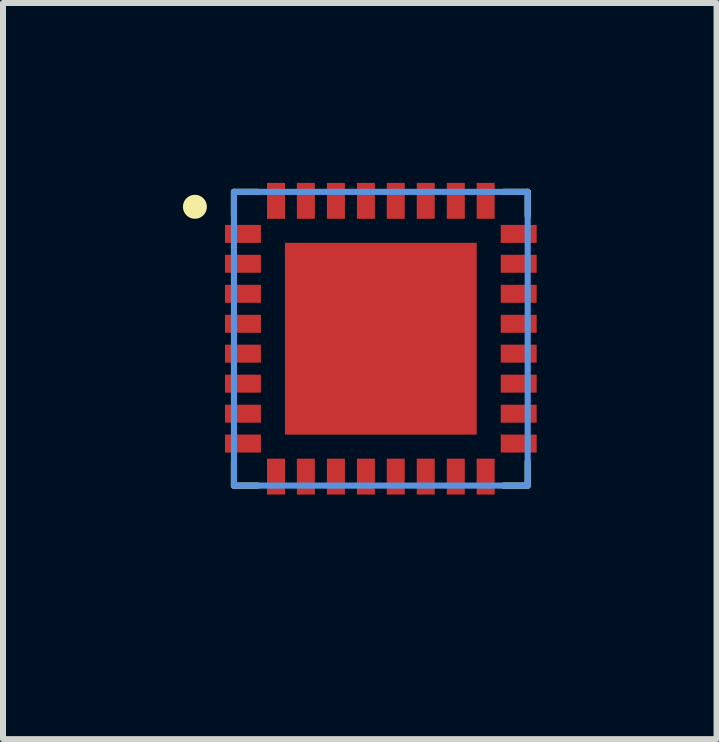
<source format=kicad_pcb>
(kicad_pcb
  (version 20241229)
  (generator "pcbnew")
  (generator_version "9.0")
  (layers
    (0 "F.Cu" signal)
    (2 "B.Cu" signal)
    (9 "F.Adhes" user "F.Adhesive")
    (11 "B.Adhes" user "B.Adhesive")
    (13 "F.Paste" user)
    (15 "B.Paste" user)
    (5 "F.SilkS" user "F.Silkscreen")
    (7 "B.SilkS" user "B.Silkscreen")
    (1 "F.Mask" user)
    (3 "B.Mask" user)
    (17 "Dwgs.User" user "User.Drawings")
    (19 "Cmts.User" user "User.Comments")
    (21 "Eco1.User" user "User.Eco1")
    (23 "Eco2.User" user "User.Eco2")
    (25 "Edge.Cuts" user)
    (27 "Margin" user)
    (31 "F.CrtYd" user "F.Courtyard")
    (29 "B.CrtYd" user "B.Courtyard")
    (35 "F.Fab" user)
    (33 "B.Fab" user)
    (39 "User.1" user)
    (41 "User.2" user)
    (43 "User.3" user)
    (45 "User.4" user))
  (footprint "QFN32"
    (layer "F.Cu")
    (at 3.3 2.598)
    (property "Reference" "QFN32" (at -0.85 3.2 0) (layer "Eco1.User") (effects (font (size 0.508 0.508) (thickness 0.102))))
    (attr through_hole)
    (fp_line (start -2.548 -1.849) (end -2.098 -1.849) (stroke (width 0.102) (type solid)) (layer "F.Mask"))
    (fp_line (start -2.548 -1.648) (end -2.548 -1.849) (stroke (width 0.102) (type solid)) (layer "F.Mask"))
    (fp_line (start -2.548 -1.349) (end -2.05 -1.349) (stroke (width 0.102) (type solid)) (layer "F.Mask"))
    (fp_line (start -2.548 -1.148) (end -2.548 -1.349) (stroke (width 0.102) (type solid)) (layer "F.Mask"))
    (fp_line (start -2.548 -0.848) (end -2.05 -0.848) (stroke (width 0.102) (type solid)) (layer "F.Mask"))
    (fp_line (start -2.548 -0.648) (end -2.548 -0.848) (stroke (width 0.102) (type solid)) (layer "F.Mask"))
    (fp_line (start -2.548 -0.348) (end -2.05 -0.348) (stroke (width 0.102) (type solid)) (layer "F.Mask"))
    (fp_line (start -2.548 -0.15) (end -2.548 -0.348) (stroke (width 0.102) (type solid)) (layer "F.Mask"))
    (fp_line (start -2.548 0.15) (end -2.05 0.15) (stroke (width 0.102) (type solid)) (layer "F.Mask"))
    (fp_line (start -2.548 0.348) (end -2.548 0.15) (stroke (width 0.102) (type solid)) (layer "F.Mask"))
    (fp_line (start -2.548 0.648) (end -2.05 0.648) (stroke (width 0.102) (type solid)) (layer "F.Mask"))
    (fp_line (start -2.548 0.848) (end -2.548 0.648) (stroke (width 0.102) (type solid)) (layer "F.Mask"))
    (fp_line (start -2.548 1.148) (end -2.05 1.148) (stroke (width 0.102) (type solid)) (layer "F.Mask"))
    (fp_line (start -2.548 1.349) (end -2.548 1.148) (stroke (width 0.102) (type solid)) (layer "F.Mask"))
    (fp_line (start -2.548 1.648) (end -2.548 1.849) (stroke (width 0.102) (type solid)) (layer "F.Mask"))
    (fp_line (start -2.548 1.849) (end -2.098 1.849) (stroke (width 0.102) (type solid)) (layer "F.Mask"))
    (fp_line (start -2.098 -1.849) (end -2.05 -1.798) (stroke (width 0.102) (type solid)) (layer "F.Mask"))
    (fp_line (start -2.098 1.849) (end -2.05 1.798) (stroke (width 0.102) (type solid)) (layer "F.Mask"))
    (fp_line (start -2.05 -1.798) (end -2.05 -1.648) (stroke (width 0.102) (type solid)) (layer "F.Mask"))
    (fp_line (start -2.05 -1.648) (end -2.548 -1.648) (stroke (width 0.102) (type solid)) (layer "F.Mask"))
    (fp_line (start -2.05 -1.349) (end -2.05 -1.148) (stroke (width 0.102) (type solid)) (layer "F.Mask"))
    (fp_line (start -2.05 -1.148) (end -2.548 -1.148) (stroke (width 0.102) (type solid)) (layer "F.Mask"))
    (fp_line (start -2.05 -0.848) (end -2.05 -0.648) (stroke (width 0.102) (type solid)) (layer "F.Mask"))
    (fp_line (start -2.05 -0.648) (end -2.548 -0.648) (stroke (width 0.102) (type solid)) (layer "F.Mask"))
    (fp_line (start -2.05 -0.348) (end -2.05 -0.15) (stroke (width 0.102) (type solid)) (layer "F.Mask"))
    (fp_line (start -2.05 -0.15) (end -2.548 -0.15) (stroke (width 0.102) (type solid)) (layer "F.Mask"))
    (fp_line (start -2.05 0.15) (end -2.05 0.348) (stroke (width 0.102) (type solid)) (layer "F.Mask"))
    (fp_line (start -2.05 0.348) (end -2.548 0.348) (stroke (width 0.102) (type solid)) (layer "F.Mask"))
    (fp_line (start -2.05 0.648) (end -2.05 0.848) (stroke (width 0.102) (type solid)) (layer "F.Mask"))
    (fp_line (start -2.05 0.848) (end -2.548 0.848) (stroke (width 0.102) (type solid)) (layer "F.Mask"))
    (fp_line (start -2.05 1.148) (end -2.05 1.349) (stroke (width 0.102) (type solid)) (layer "F.Mask"))
    (fp_line (start -2.05 1.349) (end -2.548 1.349) (stroke (width 0.102) (type solid)) (layer "F.Mask"))
    (fp_line (start -2.05 1.648) (end -2.548 1.648) (stroke (width 0.102) (type solid)) (layer "F.Mask"))
    (fp_line (start -2.05 1.798) (end -2.05 1.648) (stroke (width 0.102) (type solid)) (layer "F.Mask"))
    (fp_line (start -1.849 -2.548) (end -1.849 -2.098) (stroke (width 0.102) (type solid)) (layer "F.Mask"))
    (fp_line (start -1.849 -2.098) (end -1.798 -2.05) (stroke (width 0.102) (type solid)) (layer "F.Mask"))
    (fp_line (start -1.849 2.098) (end -1.798 2.05) (stroke (width 0.102) (type solid)) (layer "F.Mask"))
    (fp_line (start -1.849 2.548) (end -1.849 2.098) (stroke (width 0.102) (type solid)) (layer "F.Mask"))
    (fp_line (start -1.798 -2.05) (end -1.648 -2.05) (stroke (width 0.102) (type solid)) (layer "F.Mask"))
    (fp_line (start -1.798 2.05) (end -1.648 2.05) (stroke (width 0.102) (type solid)) (layer "F.Mask"))
    (fp_line (start -1.648 -2.548) (end -1.849 -2.548) (stroke (width 0.102) (type solid)) (layer "F.Mask"))
    (fp_line (start -1.648 -2.05) (end -1.648 -2.548) (stroke (width 0.102) (type solid)) (layer "F.Mask"))
    (fp_line (start -1.648 2.05) (end -1.648 2.548) (stroke (width 0.102) (type solid)) (layer "F.Mask"))
    (fp_line (start -1.648 2.548) (end -1.849 2.548) (stroke (width 0.102) (type solid)) (layer "F.Mask"))
    (fp_line (start -1.349 -2.548) (end -1.148 -2.548) (stroke (width 0.102) (type solid)) (layer "F.Mask"))
    (fp_line (start -1.349 -2.05) (end -1.349 -2.548) (stroke (width 0.102) (type solid)) (layer "F.Mask"))
    (fp_line (start -1.349 2.05) (end -1.148 2.05) (stroke (width 0.102) (type solid)) (layer "F.Mask"))
    (fp_line (start -1.349 2.548) (end -1.349 2.05) (stroke (width 0.102) (type solid)) (layer "F.Mask"))
    (fp_line (start -1.148 -2.548) (end -1.148 -2.05) (stroke (width 0.102) (type solid)) (layer "F.Mask"))
    (fp_line (start -1.148 -2.05) (end -1.349 -2.05) (stroke (width 0.102) (type solid)) (layer "F.Mask"))
    (fp_line (start -1.148 2.05) (end -1.148 2.548) (stroke (width 0.102) (type solid)) (layer "F.Mask"))
    (fp_line (start -1.148 2.548) (end -1.349 2.548) (stroke (width 0.102) (type solid)) (layer "F.Mask"))
    (fp_line (start -0.848 -2.548) (end -0.648 -2.548) (stroke (width 0.102) (type solid)) (layer "F.Mask"))
    (fp_line (start -0.848 -2.05) (end -0.848 -2.548) (stroke (width 0.102) (type solid)) (layer "F.Mask"))
    (fp_line (start -0.848 2.05) (end -0.648 2.05) (stroke (width 0.102) (type solid)) (layer "F.Mask"))
    (fp_line (start -0.848 2.548) (end -0.848 2.05) (stroke (width 0.102) (type solid)) (layer "F.Mask"))
    (fp_line (start -0.648 -2.548) (end -0.648 -2.05) (stroke (width 0.102) (type solid)) (layer "F.Mask"))
    (fp_line (start -0.648 -2.05) (end -0.848 -2.05) (stroke (width 0.102) (type solid)) (layer "F.Mask"))
    (fp_line (start -0.648 2.05) (end -0.648 2.548) (stroke (width 0.102) (type solid)) (layer "F.Mask"))
    (fp_line (start -0.648 2.548) (end -0.848 2.548) (stroke (width 0.102) (type solid)) (layer "F.Mask"))
    (fp_line (start -0.348 -2.548) (end -0.15 -2.548) (stroke (width 0.102) (type solid)) (layer "F.Mask"))
    (fp_line (start -0.348 -2.05) (end -0.348 -2.548) (stroke (width 0.102) (type solid)) (layer "F.Mask"))
    (fp_line (start -0.348 2.05) (end -0.15 2.05) (stroke (width 0.102) (type solid)) (layer "F.Mask"))
    (fp_line (start -0.348 2.548) (end -0.348 2.05) (stroke (width 0.102) (type solid)) (layer "F.Mask"))
    (fp_line (start -0.15 -2.548) (end -0.15 -2.05) (stroke (width 0.102) (type solid)) (layer "F.Mask"))
    (fp_line (start -0.15 -2.05) (end -0.348 -2.05) (stroke (width 0.102) (type solid)) (layer "F.Mask"))
    (fp_line (start -0.15 2.05) (end -0.15 2.548) (stroke (width 0.102) (type solid)) (layer "F.Mask"))
    (fp_line (start -0.15 2.548) (end -0.348 2.548) (stroke (width 0.102) (type solid)) (layer "F.Mask"))
    (fp_line (start 0.15 -2.548) (end 0.348 -2.548) (stroke (width 0.102) (type solid)) (layer "F.Mask"))
    (fp_line (start 0.15 -2.05) (end 0.15 -2.548) (stroke (width 0.102) (type solid)) (layer "F.Mask"))
    (fp_line (start 0.15 2.05) (end 0.348 2.05) (stroke (width 0.102) (type solid)) (layer "F.Mask"))
    (fp_line (start 0.15 2.548) (end 0.15 2.05) (stroke (width 0.102) (type solid)) (layer "F.Mask"))
    (fp_line (start 0.348 -2.548) (end 0.348 -2.05) (stroke (width 0.102) (type solid)) (layer "F.Mask"))
    (fp_line (start 0.348 -2.05) (end 0.15 -2.05) (stroke (width 0.102) (type solid)) (layer "F.Mask"))
    (fp_line (start 0.348 2.05) (end 0.348 2.548) (stroke (width 0.102) (type solid)) (layer "F.Mask"))
    (fp_line (start 0.348 2.548) (end 0.15 2.548) (stroke (width 0.102) (type solid)) (layer "F.Mask"))
    (fp_line (start 0.648 -2.548) (end 0.848 -2.548) (stroke (width 0.102) (type solid)) (layer "F.Mask"))
    (fp_line (start 0.648 -2.05) (end 0.648 -2.548) (stroke (width 0.102) (type solid)) (layer "F.Mask"))
    (fp_line (start 0.648 2.05) (end 0.848 2.05) (stroke (width 0.102) (type solid)) (layer "F.Mask"))
    (fp_line (start 0.648 2.548) (end 0.648 2.05) (stroke (width 0.102) (type solid)) (layer "F.Mask"))
    (fp_line (start 0.848 -2.548) (end 0.848 -2.05) (stroke (width 0.102) (type solid)) (layer "F.Mask"))
    (fp_line (start 0.848 -2.05) (end 0.648 -2.05) (stroke (width 0.102) (type solid)) (layer "F.Mask"))
    (fp_line (start 0.848 2.05) (end 0.848 2.548) (stroke (width 0.102) (type solid)) (layer "F.Mask"))
    (fp_line (start 0.848 2.548) (end 0.648 2.548) (stroke (width 0.102) (type solid)) (layer "F.Mask"))
    (fp_line (start 1.148 -2.548) (end 1.349 -2.548) (stroke (width 0.102) (type solid)) (layer "F.Mask"))
    (fp_line (start 1.148 -2.05) (end 1.148 -2.548) (stroke (width 0.102) (type solid)) (layer "F.Mask"))
    (fp_line (start 1.148 2.05) (end 1.349 2.05) (stroke (width 0.102) (type solid)) (layer "F.Mask"))
    (fp_line (start 1.148 2.548) (end 1.148 2.05) (stroke (width 0.102) (type solid)) (layer "F.Mask"))
    (fp_line (start 1.349 -2.548) (end 1.349 -2.05) (stroke (width 0.102) (type solid)) (layer "F.Mask"))
    (fp_line (start 1.349 -2.05) (end 1.148 -2.05) (stroke (width 0.102) (type solid)) (layer "F.Mask"))
    (fp_line (start 1.349 2.05) (end 1.349 2.548) (stroke (width 0.102) (type solid)) (layer "F.Mask"))
    (fp_line (start 1.349 2.548) (end 1.148 2.548) (stroke (width 0.102) (type solid)) (layer "F.Mask"))
    (fp_line (start 1.648 -2.548) (end 1.849 -2.548) (stroke (width 0.102) (type solid)) (layer "F.Mask"))
    (fp_line (start 1.648 -2.05) (end 1.648 -2.548) (stroke (width 0.102) (type solid)) (layer "F.Mask"))
    (fp_line (start 1.648 2.05) (end 1.648 2.548) (stroke (width 0.102) (type solid)) (layer "F.Mask"))
    (fp_line (start 1.648 2.548) (end 1.849 2.548) (stroke (width 0.102) (type solid)) (layer "F.Mask"))
    (fp_line (start 1.798 -2.05) (end 1.648 -2.05) (stroke (width 0.102) (type solid)) (layer "F.Mask"))
    (fp_line (start 1.798 2.05) (end 1.648 2.05) (stroke (width 0.102) (type solid)) (layer "F.Mask"))
    (fp_line (start 1.849 -2.548) (end 1.849 -2.098) (stroke (width 0.102) (type solid)) (layer "F.Mask"))
    (fp_line (start 1.849 -2.098) (end 1.798 -2.05) (stroke (width 0.102) (type solid)) (layer "F.Mask"))
    (fp_line (start 1.849 2.098) (end 1.798 2.05) (stroke (width 0.102) (type solid)) (layer "F.Mask"))
    (fp_line (start 1.849 2.548) (end 1.849 2.098) (stroke (width 0.102) (type solid)) (layer "F.Mask"))
    (fp_line (start 2.05 -1.798) (end 2.05 -1.648) (stroke (width 0.102) (type solid)) (layer "F.Mask"))
    (fp_line (start 2.05 -1.648) (end 2.548 -1.648) (stroke (width 0.102) (type solid)) (layer "F.Mask"))
    (fp_line (start 2.05 -1.349) (end 2.548 -1.349) (stroke (width 0.102) (type solid)) (layer "F.Mask"))
    (fp_line (start 2.05 -1.148) (end 2.05 -1.349) (stroke (width 0.102) (type solid)) (layer "F.Mask"))
    (fp_line (start 2.05 -0.848) (end 2.548 -0.848) (stroke (width 0.102) (type solid)) (layer "F.Mask"))
    (fp_line (start 2.05 -0.648) (end 2.05 -0.848) (stroke (width 0.102) (type solid)) (layer "F.Mask"))
    (fp_line (start 2.05 -0.348) (end 2.548 -0.348) (stroke (width 0.102) (type solid)) (layer "F.Mask"))
    (fp_line (start 2.05 -0.15) (end 2.05 -0.348) (stroke (width 0.102) (type solid)) (layer "F.Mask"))
    (fp_line (start 2.05 0.15) (end 2.548 0.15) (stroke (width 0.102) (type solid)) (layer "F.Mask"))
    (fp_line (start 2.05 0.348) (end 2.05 0.15) (stroke (width 0.102) (type solid)) (layer "F.Mask"))
    (fp_line (start 2.05 0.648) (end 2.548 0.648) (stroke (width 0.102) (type solid)) (layer "F.Mask"))
    (fp_line (start 2.05 0.848) (end 2.05 0.648) (stroke (width 0.102) (type solid)) (layer "F.Mask"))
    (fp_line (start 2.05 1.148) (end 2.548 1.148) (stroke (width 0.102) (type solid)) (layer "F.Mask"))
    (fp_line (start 2.05 1.349) (end 2.05 1.148) (stroke (width 0.102) (type solid)) (layer "F.Mask"))
    (fp_line (start 2.05 1.648) (end 2.548 1.648) (stroke (width 0.102) (type solid)) (layer "F.Mask"))
    (fp_line (start 2.05 1.798) (end 2.05 1.648) (stroke (width 0.102) (type solid)) (layer "F.Mask"))
    (fp_line (start 2.098 -1.849) (end 2.05 -1.798) (stroke (width 0.102) (type solid)) (layer "F.Mask"))
    (fp_line (start 2.098 1.849) (end 2.05 1.798) (stroke (width 0.102) (type solid)) (layer "F.Mask"))
    (fp_line (start 2.548 -1.849) (end 2.098 -1.849) (stroke (width 0.102) (type solid)) (layer "F.Mask"))
    (fp_line (start 2.548 -1.648) (end 2.548 -1.849) (stroke (width 0.102) (type solid)) (layer "F.Mask"))
    (fp_line (start 2.548 -1.349) (end 2.548 -1.148) (stroke (width 0.102) (type solid)) (layer "F.Mask"))
    (fp_line (start 2.548 -1.148) (end 2.05 -1.148) (stroke (width 0.102) (type solid)) (layer "F.Mask"))
    (fp_line (start 2.548 -0.848) (end 2.548 -0.648) (stroke (width 0.102) (type solid)) (layer "F.Mask"))
    (fp_line (start 2.548 -0.648) (end 2.05 -0.648) (stroke (width 0.102) (type solid)) (layer "F.Mask"))
    (fp_line (start 2.548 -0.348) (end 2.548 -0.15) (stroke (width 0.102) (type solid)) (layer "F.Mask"))
    (fp_line (start 2.548 -0.15) (end 2.05 -0.15) (stroke (width 0.102) (type solid)) (layer "F.Mask"))
    (fp_line (start 2.548 0.15) (end 2.548 0.348) (stroke (width 0.102) (type solid)) (layer "F.Mask"))
    (fp_line (start 2.548 0.348) (end 2.05 0.348) (stroke (width 0.102) (type solid)) (layer "F.Mask"))
    (fp_line (start 2.548 0.648) (end 2.548 0.848) (stroke (width 0.102) (type solid)) (layer "F.Mask"))
    (fp_line (start 2.548 0.848) (end 2.05 0.848) (stroke (width 0.102) (type solid)) (layer "F.Mask"))
    (fp_line (start 2.548 1.148) (end 2.548 1.349) (stroke (width 0.102) (type solid)) (layer "F.Mask"))
    (fp_line (start 2.548 1.349) (end 2.05 1.349) (stroke (width 0.102) (type solid)) (layer "F.Mask"))
    (fp_line (start 2.548 1.648) (end 2.548 1.849) (stroke (width 0.102) (type solid)) (layer "F.Mask"))
    (fp_line (start 2.548 1.849) (end 2.098 1.849) (stroke (width 0.102) (type solid)) (layer "F.Mask"))
    (fp_line (start -2.449 -2.449) (end -2.05 -2.449) (stroke (width 0.102) (type solid)) (layer "F.SilkS"))
    (fp_line (start -2.449 -2.05) (end -2.449 -2.449) (stroke (width 0.102) (type solid)) (layer "F.SilkS"))
    (fp_line (start -2.449 2.449) (end -2.449 2.05) (stroke (width 0.102) (type solid)) (layer "F.SilkS"))
    (fp_line (start -2.05 2.449) (end -2.449 2.449) (stroke (width 0.102) (type solid)) (layer "F.SilkS"))
    (fp_line (start 2.05 -2.449) (end 2.449 -2.449) (stroke (width 0.102) (type solid)) (layer "F.SilkS"))
    (fp_line (start 2.449 -2.449) (end 2.449 -2.05) (stroke (width 0.102) (type solid)) (layer "F.SilkS"))
    (fp_line (start 2.449 2.05) (end 2.449 2.449) (stroke (width 0.102) (type solid)) (layer "F.SilkS"))
    (fp_line (start 2.449 2.449) (end 2.05 2.449) (stroke (width 0.102) (type solid)) (layer "F.SilkS"))
    (fp_circle (center -3.1 -2.2) (end -3 -2.2) (stroke (width 0.2) (type solid)) (fill no) (layer "F.SilkS"))
    (fp_line (start -2.525 -1.824) (end -2.123 -1.824) (stroke (width 0.102) (type solid)) (layer "F.Paste"))
    (fp_line (start -2.525 -1.674) (end -2.525 -1.824) (stroke (width 0.102) (type solid)) (layer "F.Paste"))
    (fp_line (start -2.525 -1.323) (end -2.073 -1.323) (stroke (width 0.102) (type solid)) (layer "F.Paste"))
    (fp_line (start -2.525 -1.173) (end -2.525 -1.323) (stroke (width 0.102) (type solid)) (layer "F.Paste"))
    (fp_line (start -2.525 -0.823) (end -2.073 -0.823) (stroke (width 0.102) (type solid)) (layer "F.Paste"))
    (fp_line (start -2.525 -0.673) (end -2.525 -0.823) (stroke (width 0.102) (type solid)) (layer "F.Paste"))
    (fp_line (start -2.525 -0.323) (end -2.073 -0.323) (stroke (width 0.102) (type solid)) (layer "F.Paste"))
    (fp_line (start -2.525 -0.173) (end -2.525 -0.323) (stroke (width 0.102) (type solid)) (layer "F.Paste"))
    (fp_line (start -2.525 0.173) (end -2.073 0.173) (stroke (width 0.102) (type solid)) (layer "F.Paste"))
    (fp_line (start -2.525 0.323) (end -2.525 0.173) (stroke (width 0.102) (type solid)) (layer "F.Paste"))
    (fp_line (start -2.525 0.673) (end -2.073 0.673) (stroke (width 0.102) (type solid)) (layer "F.Paste"))
    (fp_line (start -2.525 0.823) (end -2.525 0.673) (stroke (width 0.102) (type solid)) (layer "F.Paste"))
    (fp_line (start -2.525 1.173) (end -2.073 1.173) (stroke (width 0.102) (type solid)) (layer "F.Paste"))
    (fp_line (start -2.525 1.323) (end -2.525 1.173) (stroke (width 0.102) (type solid)) (layer "F.Paste"))
    (fp_line (start -2.525 1.674) (end -2.525 1.824) (stroke (width 0.102) (type solid)) (layer "F.Paste"))
    (fp_line (start -2.525 1.824) (end -2.123 1.824) (stroke (width 0.102) (type solid)) (layer "F.Paste"))
    (fp_line (start -2.123 -1.824) (end -2.073 -1.773) (stroke (width 0.102) (type solid)) (layer "F.Paste"))
    (fp_line (start -2.123 1.824) (end -2.073 1.773) (stroke (width 0.102) (type solid)) (layer "F.Paste"))
    (fp_line (start -2.073 -1.773) (end -2.073 -1.674) (stroke (width 0.102) (type solid)) (layer "F.Paste"))
    (fp_line (start -2.073 -1.674) (end -2.525 -1.674) (stroke (width 0.102) (type solid)) (layer "F.Paste"))
    (fp_line (start -2.073 -1.323) (end -2.073 -1.173) (stroke (width 0.102) (type solid)) (layer "F.Paste"))
    (fp_line (start -2.073 -1.173) (end -2.525 -1.173) (stroke (width 0.102) (type solid)) (layer "F.Paste"))
    (fp_line (start -2.073 -0.823) (end -2.073 -0.673) (stroke (width 0.102) (type solid)) (layer "F.Paste"))
    (fp_line (start -2.073 -0.673) (end -2.525 -0.673) (stroke (width 0.102) (type solid)) (layer "F.Paste"))
    (fp_line (start -2.073 -0.323) (end -2.073 -0.173) (stroke (width 0.102) (type solid)) (layer "F.Paste"))
    (fp_line (start -2.073 -0.173) (end -2.525 -0.173) (stroke (width 0.102) (type solid)) (layer "F.Paste"))
    (fp_line (start -2.073 0.173) (end -2.073 0.323) (stroke (width 0.102) (type solid)) (layer "F.Paste"))
    (fp_line (start -2.073 0.323) (end -2.525 0.323) (stroke (width 0.102) (type solid)) (layer "F.Paste"))
    (fp_line (start -2.073 0.673) (end -2.073 0.823) (stroke (width 0.102) (type solid)) (layer "F.Paste"))
    (fp_line (start -2.073 0.823) (end -2.525 0.823) (stroke (width 0.102) (type solid)) (layer "F.Paste"))
    (fp_line (start -2.073 1.173) (end -2.073 1.323) (stroke (width 0.102) (type solid)) (layer "F.Paste"))
    (fp_line (start -2.073 1.323) (end -2.525 1.323) (stroke (width 0.102) (type solid)) (layer "F.Paste"))
    (fp_line (start -2.073 1.674) (end -2.525 1.674) (stroke (width 0.102) (type solid)) (layer "F.Paste"))
    (fp_line (start -2.073 1.773) (end -2.073 1.674) (stroke (width 0.102) (type solid)) (layer "F.Paste"))
    (fp_line (start -1.824 -2.525) (end -1.824 -2.123) (stroke (width 0.102) (type solid)) (layer "F.Paste"))
    (fp_line (start -1.824 -2.123) (end -1.773 -2.073) (stroke (width 0.102) (type solid)) (layer "F.Paste"))
    (fp_line (start -1.824 2.123) (end -1.773 2.073) (stroke (width 0.102) (type solid)) (layer "F.Paste"))
    (fp_line (start -1.824 2.525) (end -1.824 2.123) (stroke (width 0.102) (type solid)) (layer "F.Paste"))
    (fp_line (start -1.773 -2.073) (end -1.674 -2.073) (stroke (width 0.102) (type solid)) (layer "F.Paste"))
    (fp_line (start -1.773 2.073) (end -1.674 2.073) (stroke (width 0.102) (type solid)) (layer "F.Paste"))
    (fp_line (start -1.674 -2.525) (end -1.824 -2.525) (stroke (width 0.102) (type solid)) (layer "F.Paste"))
    (fp_line (start -1.674 -2.073) (end -1.674 -2.525) (stroke (width 0.102) (type solid)) (layer "F.Paste"))
    (fp_line (start -1.674 2.073) (end -1.674 2.525) (stroke (width 0.102) (type solid)) (layer "F.Paste"))
    (fp_line (start -1.674 2.525) (end -1.824 2.525) (stroke (width 0.102) (type solid)) (layer "F.Paste"))
    (fp_line (start -1.323 -2.525) (end -1.173 -2.525) (stroke (width 0.102) (type solid)) (layer "F.Paste"))
    (fp_line (start -1.323 -2.073) (end -1.323 -2.525) (stroke (width 0.102) (type solid)) (layer "F.Paste"))
    (fp_line (start -1.323 2.073) (end -1.173 2.073) (stroke (width 0.102) (type solid)) (layer "F.Paste"))
    (fp_line (start -1.323 2.525) (end -1.323 2.073) (stroke (width 0.102) (type solid)) (layer "F.Paste"))
    (fp_line (start -1.173 -2.525) (end -1.173 -2.073) (stroke (width 0.102) (type solid)) (layer "F.Paste"))
    (fp_line (start -1.173 -2.073) (end -1.323 -2.073) (stroke (width 0.102) (type solid)) (layer "F.Paste"))
    (fp_line (start -1.173 2.073) (end -1.173 2.525) (stroke (width 0.102) (type solid)) (layer "F.Paste"))
    (fp_line (start -1.173 2.525) (end -1.323 2.525) (stroke (width 0.102) (type solid)) (layer "F.Paste"))
    (fp_line (start -0.823 -2.525) (end -0.673 -2.525) (stroke (width 0.102) (type solid)) (layer "F.Paste"))
    (fp_line (start -0.823 -2.073) (end -0.823 -2.525) (stroke (width 0.102) (type solid)) (layer "F.Paste"))
    (fp_line (start -0.823 2.073) (end -0.673 2.073) (stroke (width 0.102) (type solid)) (layer "F.Paste"))
    (fp_line (start -0.823 2.525) (end -0.823 2.073) (stroke (width 0.102) (type solid)) (layer "F.Paste"))
    (fp_line (start -0.673 -2.525) (end -0.673 -2.073) (stroke (width 0.102) (type solid)) (layer "F.Paste"))
    (fp_line (start -0.673 -2.073) (end -0.823 -2.073) (stroke (width 0.102) (type solid)) (layer "F.Paste"))
    (fp_line (start -0.673 2.073) (end -0.673 2.525) (stroke (width 0.102) (type solid)) (layer "F.Paste"))
    (fp_line (start -0.673 2.525) (end -0.823 2.525) (stroke (width 0.102) (type solid)) (layer "F.Paste"))
    (fp_line (start -0.323 -2.525) (end -0.173 -2.525) (stroke (width 0.102) (type solid)) (layer "F.Paste"))
    (fp_line (start -0.323 -2.073) (end -0.323 -2.525) (stroke (width 0.102) (type solid)) (layer "F.Paste"))
    (fp_line (start -0.323 2.073) (end -0.173 2.073) (stroke (width 0.102) (type solid)) (layer "F.Paste"))
    (fp_line (start -0.323 2.525) (end -0.323 2.073) (stroke (width 0.102) (type solid)) (layer "F.Paste"))
    (fp_line (start -0.173 -2.525) (end -0.173 -2.073) (stroke (width 0.102) (type solid)) (layer "F.Paste"))
    (fp_line (start -0.173 -2.073) (end -0.323 -2.073) (stroke (width 0.102) (type solid)) (layer "F.Paste"))
    (fp_line (start -0.173 2.073) (end -0.173 2.525) (stroke (width 0.102) (type solid)) (layer "F.Paste"))
    (fp_line (start -0.173 2.525) (end -0.323 2.525) (stroke (width 0.102) (type solid)) (layer "F.Paste"))
    (fp_line (start 0.173 -2.525) (end 0.323 -2.525) (stroke (width 0.102) (type solid)) (layer "F.Paste"))
    (fp_line (start 0.173 -2.073) (end 0.173 -2.525) (stroke (width 0.102) (type solid)) (layer "F.Paste"))
    (fp_line (start 0.173 2.073) (end 0.323 2.073) (stroke (width 0.102) (type solid)) (layer "F.Paste"))
    (fp_line (start 0.173 2.525) (end 0.173 2.073) (stroke (width 0.102) (type solid)) (layer "F.Paste"))
    (fp_line (start 0.323 -2.525) (end 0.323 -2.073) (stroke (width 0.102) (type solid)) (layer "F.Paste"))
    (fp_line (start 0.323 -2.073) (end 0.173 -2.073) (stroke (width 0.102) (type solid)) (layer "F.Paste"))
    (fp_line (start 0.323 2.073) (end 0.323 2.525) (stroke (width 0.102) (type solid)) (layer "F.Paste"))
    (fp_line (start 0.323 2.525) (end 0.173 2.525) (stroke (width 0.102) (type solid)) (layer "F.Paste"))
    (fp_line (start 0.673 -2.525) (end 0.823 -2.525) (stroke (width 0.102) (type solid)) (layer "F.Paste"))
    (fp_line (start 0.673 -2.073) (end 0.673 -2.525) (stroke (width 0.102) (type solid)) (layer "F.Paste"))
    (fp_line (start 0.673 2.073) (end 0.823 2.073) (stroke (width 0.102) (type solid)) (layer "F.Paste"))
    (fp_line (start 0.673 2.525) (end 0.673 2.073) (stroke (width 0.102) (type solid)) (layer "F.Paste"))
    (fp_line (start 0.823 -2.525) (end 0.823 -2.073) (stroke (width 0.102) (type solid)) (layer "F.Paste"))
    (fp_line (start 0.823 -2.073) (end 0.673 -2.073) (stroke (width 0.102) (type solid)) (layer "F.Paste"))
    (fp_line (start 0.823 2.073) (end 0.823 2.525) (stroke (width 0.102) (type solid)) (layer "F.Paste"))
    (fp_line (start 0.823 2.525) (end 0.673 2.525) (stroke (width 0.102) (type solid)) (layer "F.Paste"))
    (fp_line (start 1.173 -2.525) (end 1.323 -2.525) (stroke (width 0.102) (type solid)) (layer "F.Paste"))
    (fp_line (start 1.173 -2.073) (end 1.173 -2.525) (stroke (width 0.102) (type solid)) (layer "F.Paste"))
    (fp_line (start 1.173 2.073) (end 1.323 2.073) (stroke (width 0.102) (type solid)) (layer "F.Paste"))
    (fp_line (start 1.173 2.525) (end 1.173 2.073) (stroke (width 0.102) (type solid)) (layer "F.Paste"))
    (fp_line (start 1.323 -2.525) (end 1.323 -2.073) (stroke (width 0.102) (type solid)) (layer "F.Paste"))
    (fp_line (start 1.323 -2.073) (end 1.173 -2.073) (stroke (width 0.102) (type solid)) (layer "F.Paste"))
    (fp_line (start 1.323 2.073) (end 1.323 2.525) (stroke (width 0.102) (type solid)) (layer "F.Paste"))
    (fp_line (start 1.323 2.525) (end 1.173 2.525) (stroke (width 0.102) (type solid)) (layer "F.Paste"))
    (fp_line (start 1.674 -2.525) (end 1.824 -2.525) (stroke (width 0.102) (type solid)) (layer "F.Paste"))
    (fp_line (start 1.674 -2.073) (end 1.674 -2.525) (stroke (width 0.102) (type solid)) (layer "F.Paste"))
    (fp_line (start 1.674 2.073) (end 1.674 2.525) (stroke (width 0.102) (type solid)) (layer "F.Paste"))
    (fp_line (start 1.674 2.525) (end 1.824 2.525) (stroke (width 0.102) (type solid)) (layer "F.Paste"))
    (fp_line (start 1.773 -2.073) (end 1.674 -2.073) (stroke (width 0.102) (type solid)) (layer "F.Paste"))
    (fp_line (start 1.773 2.073) (end 1.674 2.073) (stroke (width 0.102) (type solid)) (layer "F.Paste"))
    (fp_line (start 1.824 -2.525) (end 1.824 -2.123) (stroke (width 0.102) (type solid)) (layer "F.Paste"))
    (fp_line (start 1.824 -2.123) (end 1.773 -2.073) (stroke (width 0.102) (type solid)) (layer "F.Paste"))
    (fp_line (start 1.824 2.123) (end 1.773 2.073) (stroke (width 0.102) (type solid)) (layer "F.Paste"))
    (fp_line (start 1.824 2.525) (end 1.824 2.123) (stroke (width 0.102) (type solid)) (layer "F.Paste"))
    (fp_line (start 2.073 -1.773) (end 2.073 -1.674) (stroke (width 0.102) (type solid)) (layer "F.Paste"))
    (fp_line (start 2.073 -1.674) (end 2.525 -1.674) (stroke (width 0.102) (type solid)) (layer "F.Paste"))
    (fp_line (start 2.073 -1.323) (end 2.525 -1.323) (stroke (width 0.102) (type solid)) (layer "F.Paste"))
    (fp_line (start 2.073 -1.173) (end 2.073 -1.323) (stroke (width 0.102) (type solid)) (layer "F.Paste"))
    (fp_line (start 2.073 -0.823) (end 2.525 -0.823) (stroke (width 0.102) (type solid)) (layer "F.Paste"))
    (fp_line (start 2.073 -0.673) (end 2.073 -0.823) (stroke (width 0.102) (type solid)) (layer "F.Paste"))
    (fp_line (start 2.073 -0.323) (end 2.525 -0.323) (stroke (width 0.102) (type solid)) (layer "F.Paste"))
    (fp_line (start 2.073 -0.173) (end 2.073 -0.323) (stroke (width 0.102) (type solid)) (layer "F.Paste"))
    (fp_line (start 2.073 0.173) (end 2.525 0.173) (stroke (width 0.102) (type solid)) (layer "F.Paste"))
    (fp_line (start 2.073 0.323) (end 2.073 0.173) (stroke (width 0.102) (type solid)) (layer "F.Paste"))
    (fp_line (start 2.073 0.673) (end 2.525 0.673) (stroke (width 0.102) (type solid)) (layer "F.Paste"))
    (fp_line (start 2.073 0.823) (end 2.073 0.673) (stroke (width 0.102) (type solid)) (layer "F.Paste"))
    (fp_line (start 2.073 1.173) (end 2.525 1.173) (stroke (width 0.102) (type solid)) (layer "F.Paste"))
    (fp_line (start 2.073 1.323) (end 2.073 1.173) (stroke (width 0.102) (type solid)) (layer "F.Paste"))
    (fp_line (start 2.073 1.674) (end 2.525 1.674) (stroke (width 0.102) (type solid)) (layer "F.Paste"))
    (fp_line (start 2.073 1.773) (end 2.073 1.674) (stroke (width 0.102) (type solid)) (layer "F.Paste"))
    (fp_line (start 2.123 -1.824) (end 2.073 -1.773) (stroke (width 0.102) (type solid)) (layer "F.Paste"))
    (fp_line (start 2.123 1.824) (end 2.073 1.773) (stroke (width 0.102) (type solid)) (layer "F.Paste"))
    (fp_line (start 2.525 -1.824) (end 2.123 -1.824) (stroke (width 0.102) (type solid)) (layer "F.Paste"))
    (fp_line (start 2.525 -1.674) (end 2.525 -1.824) (stroke (width 0.102) (type solid)) (layer "F.Paste"))
    (fp_line (start 2.525 -1.323) (end 2.525 -1.173) (stroke (width 0.102) (type solid)) (layer "F.Paste"))
    (fp_line (start 2.525 -1.173) (end 2.073 -1.173) (stroke (width 0.102) (type solid)) (layer "F.Paste"))
    (fp_line (start 2.525 -0.823) (end 2.525 -0.673) (stroke (width 0.102) (type solid)) (layer "F.Paste"))
    (fp_line (start 2.525 -0.673) (end 2.073 -0.673) (stroke (width 0.102) (type solid)) (layer "F.Paste"))
    (fp_line (start 2.525 -0.323) (end 2.525 -0.173) (stroke (width 0.102) (type solid)) (layer "F.Paste"))
    (fp_line (start 2.525 -0.173) (end 2.073 -0.173) (stroke (width 0.102) (type solid)) (layer "F.Paste"))
    (fp_line (start 2.525 0.173) (end 2.525 0.323) (stroke (width 0.102) (type solid)) (layer "F.Paste"))
    (fp_line (start 2.525 0.323) (end 2.073 0.323) (stroke (width 0.102) (type solid)) (layer "F.Paste"))
    (fp_line (start 2.525 0.673) (end 2.525 0.823) (stroke (width 0.102) (type solid)) (layer "F.Paste"))
    (fp_line (start 2.525 0.823) (end 2.073 0.823) (stroke (width 0.102) (type solid)) (layer "F.Paste"))
    (fp_line (start 2.525 1.173) (end 2.525 1.323) (stroke (width 0.102) (type solid)) (layer "F.Paste"))
    (fp_line (start 2.525 1.323) (end 2.073 1.323) (stroke (width 0.102) (type solid)) (layer "F.Paste"))
    (fp_line (start 2.525 1.674) (end 2.525 1.824) (stroke (width 0.102) (type solid)) (layer "F.Paste"))
    (fp_line (start 2.525 1.824) (end 2.123 1.824) (stroke (width 0.102) (type solid)) (layer "F.Paste"))
    (fp_line (start -2.449 -2.449) (end 2.449 -2.449) (stroke (width 0.102) (type solid)) (layer "Cmts.User"))
    (fp_line (start -2.449 2.449) (end -2.449 -2.449) (stroke (width 0.102) (type solid)) (layer "Cmts.User"))
    (fp_line (start 2.449 -2.449) (end 2.449 2.449) (stroke (width 0.102) (type solid)) (layer "Cmts.User"))
    (fp_line (start 2.449 2.449) (end -2.449 2.449) (stroke (width 0.102) (type solid)) (layer "Cmts.User"))
    (pad "" smd rect (at -1 -1) (size 0.5 0.5) (layers "F.Paste"))
    (pad "" smd rect (at -1 0) (size 0.5 0.5) (layers "F.Paste"))
    (pad "" smd rect (at -1 1) (size 0.5 0.5) (layers "F.Paste"))
    (pad "" smd rect (at 0 -1) (size 0.5 0.5) (layers "F.Paste"))
    (pad "" smd rect (at 0 0) (size 0.5 0.5) (layers "F.Paste"))
    (pad "" smd rect (at 0 1) (size 0.5 0.5) (layers "F.Paste"))
    (pad "" smd rect (at 1 -1) (size 0.5 0.5) (layers "F.Paste"))
    (pad "" smd rect (at 1 0) (size 0.5 0.5) (layers "F.Paste"))
    (pad "" smd rect (at 1 1) (size 0.5 0.5) (layers "F.Paste"))
    (pad "1" smd rect (at -2.299 -1.748) (size 0.599 0.3) (layers "F.Cu" "F.Mask" "F.Paste"))
    (pad "2" smd rect (at -2.299 -1.25) (size 0.599 0.3) (layers "F.Cu" "F.Mask" "F.Paste"))
    (pad "3" smd rect (at -2.299 -0.749) (size 0.599 0.3) (layers "F.Cu" "F.Mask" "F.Paste"))
    (pad "4" smd rect (at -2.299 -0.249) (size 0.599 0.3) (layers "F.Cu" "F.Mask" "F.Paste"))
    (pad "5" smd rect (at -2.299 0.249) (size 0.599 0.3) (layers "F.Cu" "F.Mask" "F.Paste"))
    (pad "6" smd rect (at -2.299 0.749) (size 0.599 0.3) (layers "F.Cu" "F.Mask" "F.Paste"))
    (pad "7" smd rect (at -2.299 1.25) (size 0.599 0.3) (layers "F.Cu" "F.Mask" "F.Paste"))
    (pad "8" smd rect (at -2.299 1.748) (size 0.599 0.3) (layers "F.Cu" "F.Mask" "F.Paste"))
    (pad "9" smd rect (at -1.748 2.299 90) (size 0.599 0.3) (layers "F.Cu" "F.Mask" "F.Paste"))
    (pad "10" smd rect (at -1.25 2.299 90) (size 0.599 0.3) (layers "F.Cu" "F.Mask" "F.Paste"))
    (pad "11" smd rect (at -0.749 2.299 90) (size 0.599 0.3) (layers "F.Cu" "F.Mask" "F.Paste"))
    (pad "12" smd rect (at -0.249 2.299 90) (size 0.599 0.3) (layers "F.Cu" "F.Mask" "F.Paste"))
    (pad "13" smd rect (at 0.249 2.299 90) (size 0.599 0.3) (layers "F.Cu" "F.Mask" "F.Paste"))
    (pad "14" smd rect (at 0.749 2.299 90) (size 0.599 0.3) (layers "F.Cu" "F.Mask" "F.Paste"))
    (pad "15" smd rect (at 1.25 2.299 90) (size 0.599 0.3) (layers "F.Cu" "F.Mask" "F.Paste"))
    (pad "16" smd rect (at 1.748 2.299 90) (size 0.599 0.3) (layers "F.Cu" "F.Mask" "F.Paste"))
    (pad "17" smd rect (at 2.299 1.748 180) (size 0.599 0.3) (layers "F.Cu" "F.Mask" "F.Paste"))
    (pad "18" smd rect (at 2.299 1.25 180) (size 0.599 0.3) (layers "F.Cu" "F.Mask" "F.Paste"))
    (pad "19" smd rect (at 2.299 0.749 180) (size 0.599 0.3) (layers "F.Cu" "F.Mask" "F.Paste"))
    (pad "20" smd rect (at 2.299 0.249 180) (size 0.599 0.3) (layers "F.Cu" "F.Mask" "F.Paste"))
    (pad "21" smd rect (at 2.299 -0.249 180) (size 0.599 0.3) (layers "F.Cu" "F.Mask" "F.Paste"))
    (pad "22" smd rect (at 2.299 -0.749 180) (size 0.599 0.3) (layers "F.Cu" "F.Mask" "F.Paste"))
    (pad "23" smd rect (at 2.299 -1.25 180) (size 0.599 0.3) (layers "F.Cu" "F.Mask" "F.Paste"))
    (pad "24" smd rect (at 2.299 -1.748 180) (size 0.599 0.3) (layers "F.Cu" "F.Mask" "F.Paste"))
    (pad "25" smd rect (at 1.748 -2.299 270) (size 0.599 0.3) (layers "F.Cu" "F.Mask" "F.Paste"))
    (pad "26" smd rect (at 1.25 -2.299 270) (size 0.599 0.3) (layers "F.Cu" "F.Mask" "F.Paste"))
    (pad "27" smd rect (at 0.749 -2.299 270) (size 0.599 0.3) (layers "F.Cu" "F.Mask" "F.Paste"))
    (pad "28" smd rect (at 0.249 -2.299 270) (size 0.599 0.3) (layers "F.Cu" "F.Mask" "F.Paste"))
    (pad "29" smd rect (at -0.249 -2.299 270) (size 0.599 0.3) (layers "F.Cu" "F.Mask" "F.Paste"))
    (pad "30" smd rect (at -0.749 -2.299 270) (size 0.599 0.3) (layers "F.Cu" "F.Mask" "F.Paste"))
    (pad "31" smd rect (at -1.25 -2.299 270) (size 0.599 0.3) (layers "F.Cu" "F.Mask" "F.Paste"))
    (pad "32" smd rect (at -1.748 -2.299 270) (size 0.599 0.3) (layers "F.Cu" "F.Mask" "F.Paste"))
    (pad "PAD" smd rect (at 0 0) (size 3.198 3.198) (layers "F.Cu" "F.Mask")))
  (gr_rect
    (start -3 -3)
    (end 8.898 9.274)
    (stroke (width 0.1) (type default))
    (fill no)
    (layer "Edge.Cuts")))
</source>
